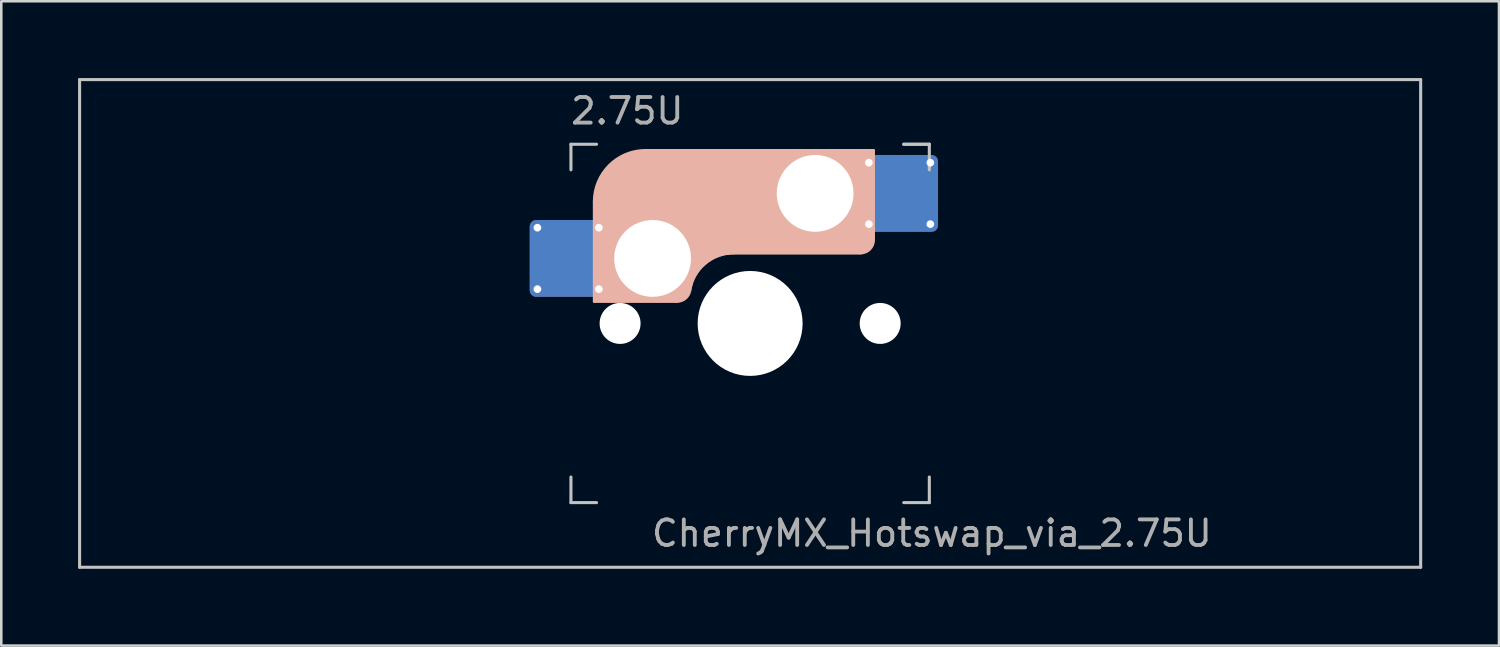
<source format=kicad_pcb>
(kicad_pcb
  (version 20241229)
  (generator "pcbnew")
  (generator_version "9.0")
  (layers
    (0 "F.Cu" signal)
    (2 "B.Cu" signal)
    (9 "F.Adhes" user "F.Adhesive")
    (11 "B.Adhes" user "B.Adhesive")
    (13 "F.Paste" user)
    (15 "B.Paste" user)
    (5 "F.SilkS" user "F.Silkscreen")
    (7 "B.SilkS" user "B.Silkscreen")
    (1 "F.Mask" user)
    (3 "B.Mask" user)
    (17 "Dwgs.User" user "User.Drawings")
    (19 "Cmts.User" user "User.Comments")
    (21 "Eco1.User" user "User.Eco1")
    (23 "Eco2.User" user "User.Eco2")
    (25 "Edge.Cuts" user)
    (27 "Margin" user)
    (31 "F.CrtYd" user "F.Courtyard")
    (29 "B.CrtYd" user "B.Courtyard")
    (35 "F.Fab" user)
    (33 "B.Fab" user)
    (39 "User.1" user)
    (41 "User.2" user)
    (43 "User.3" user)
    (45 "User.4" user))
  (footprint "CherryMX_Hotswap_via_2.75U"
    (layer "F.Cu")
    (at 26.254 9.585)
    (property "Reference" "CherryMX_Hotswap_via_2.75U" (at 7.1 8.2 0) (layer "F.Fab") (effects (font (size 1 1) (thickness 0.15))))
    (attr through_hole)
    (fp_line (start -8.11 -1.74) (end -8.11 -3.34) (stroke (width 0.12) (type solid)) (layer "B.Mask"))
    (fp_line (start -7.91 -3.54) (end -6.31 -3.54) (stroke (width 0.12) (type solid)) (layer "B.Mask"))
    (fp_line (start -6.31 -1.54) (end -7.91 -1.54) (stroke (width 0.12) (type solid)) (layer "B.Mask"))
    (fp_line (start -6.11 -3.34) (end -6.11 -1.74) (stroke (width 0.12) (type solid)) (layer "B.Mask"))
    (fp_line (start 4.84 -5.88) (end 4.84 -4.28) (stroke (width 0.12) (type solid)) (layer "B.Mask"))
    (fp_line (start 5.04 -6.08) (end 6.64 -6.08) (stroke (width 0.12) (type solid)) (layer "B.Mask"))
    (fp_line (start 5.04 -4.08) (end 6.64 -4.08) (stroke (width 0.12) (type solid)) (layer "B.Mask"))
    (fp_line (start 6.84 -4.28) (end 6.84 -5.88) (stroke (width 0.12) (type solid)) (layer "B.Mask"))
    (fp_arc (start -8.11 -3.34) (mid -8.051421 -3.481421) (end -7.91 -3.54) (stroke (width 0.12) (type solid)) (layer "B.Mask"))
    (fp_arc (start -7.91 -1.54) (mid -8.051421 -1.598579) (end -8.11 -1.74) (stroke (width 0.12) (type solid)) (layer "B.Mask"))
    (fp_arc (start -6.31 -3.54) (mid -6.168579 -3.481421) (end -6.11 -3.34) (stroke (width 0.12) (type solid)) (layer "B.Mask"))
    (fp_arc (start -6.11 -1.74) (mid -6.168579 -1.598579) (end -6.31 -1.54) (stroke (width 0.12) (type solid)) (layer "B.Mask"))
    (fp_arc (start 4.84 -5.88) (mid 4.898579 -6.021421) (end 5.04 -6.08) (stroke (width 0.12) (type solid)) (layer "B.Mask"))
    (fp_arc (start 5.04 -4.08) (mid 4.898579 -4.138579) (end 4.84 -4.28) (stroke (width 0.12) (type solid)) (layer "B.Mask"))
    (fp_arc (start 6.64 -6.08) (mid 6.781421 -6.021421) (end 6.84 -5.88) (stroke (width 0.12) (type solid)) (layer "B.Mask"))
    (fp_arc (start 6.84 -4.28) (mid 6.781421 -4.138579) (end 6.64 -4.08) (stroke (width 0.12) (type solid)) (layer "B.Mask"))
    (fp_poly (pts (xy -6.11 -3.34) (xy -6.11 -1.74) (xy -6.31 -1.54) (xy -7.91 -1.54) (xy -8.11 -1.74) (xy -8.11 -3.34) (xy -7.91 -3.54) (xy -6.31 -3.54)) (stroke (width 0.1) (type solid)) (fill yes) (layer "B.Mask"))
    (fp_poly (pts (xy 6.84 -5.88) (xy 6.84 -4.28) (xy 6.64 -4.08) (xy 5.04 -4.08) (xy 4.84 -4.28) (xy 4.84 -5.88) (xy 5.04 -6.08) (xy 6.64 -6.08)) (stroke (width 0.1) (type solid)) (fill yes) (layer "B.Mask"))
    (fp_line (start -6.085 -0.865) (end -6.085 -4.755) (stroke (width 0.12) (type solid)) (layer "B.SilkS"))
    (fp_line (start -4.085 -6.755) (end 4.815 -6.755) (stroke (width 0.12) (type solid)) (layer "B.SilkS"))
    (fp_line (start -2.852 -0.865) (end -6.085 -0.865) (stroke (width 0.12) (type solid)) (layer "B.SilkS"))
    (fp_line (start -0.635 -2.755) (end 4.315 -2.755) (stroke (width 0.12) (type solid)) (layer "B.SilkS"))
    (fp_line (start 4.815 -6.755) (end 4.815 -3.255) (stroke (width 0.12) (type solid)) (layer "B.SilkS"))
    (fp_arc (start -6.085 -4.755) (mid -5.499214 -6.169214) (end -4.085 -6.755) (stroke (width 0.12) (type solid)) (layer "B.SilkS"))
    (fp_arc (start -2.360959 -1.278326) (mid -1.770727 -2.335454) (end -0.635 -2.755) (stroke (width 0.12) (type solid)) (layer "B.SilkS"))
    (fp_arc (start -2.36 -1.278176) (mid -2.53101 -0.981978) (end -2.852404 -0.865) (stroke (width 0.12) (type solid)) (layer "B.SilkS"))
    (fp_arc (start 4.815 -3.255) (mid 4.668553 -2.901447) (end 4.315 -2.755) (stroke (width 0.12) (type solid)) (layer "B.SilkS"))
    (fp_poly (pts (xy 4.815 -3.255) (xy 4.633 -2.937) (xy 4.315 -2.755) (xy -0.635 -2.755) (xy -1.259 -2.696) (xy -1.805 -2.376) (xy -2.207 -1.885) (xy -2.361 -1.278) (xy -2.563 -1.02) (xy -2.852 -0.865) (xy -6.085 -0.865) (xy -6.085 -4.755) (xy -5.887 -5.501) (xy -5.464 -6.134) (xy -4.831 -6.557) (xy -4.085 -6.755) (xy 4.815 -6.755)) (stroke (width 0.1) (type solid)) (fill yes) (layer "B.SilkS"))
    (fp_line (start -8.11 -1.74) (end -8.11 -3.34) (stroke (width 0.12) (type solid)) (layer "B.Paste"))
    (fp_line (start -7.91 -3.54) (end -6.31 -3.54) (stroke (width 0.12) (type solid)) (layer "B.Paste"))
    (fp_line (start -6.31 -1.54) (end -7.91 -1.54) (stroke (width 0.12) (type solid)) (layer "B.Paste"))
    (fp_line (start -6.11 -3.34) (end -6.11 -1.74) (stroke (width 0.12) (type solid)) (layer "B.Paste"))
    (fp_line (start 4.84 -5.88) (end 4.84 -4.28) (stroke (width 0.12) (type solid)) (layer "B.Paste"))
    (fp_line (start 5.04 -6.08) (end 6.64 -6.08) (stroke (width 0.12) (type solid)) (layer "B.Paste"))
    (fp_line (start 5.04 -4.08) (end 6.64 -4.08) (stroke (width 0.12) (type solid)) (layer "B.Paste"))
    (fp_line (start 6.84 -4.28) (end 6.84 -5.88) (stroke (width 0.12) (type solid)) (layer "B.Paste"))
    (fp_arc (start -8.11 -3.34) (mid -8.051421 -3.481421) (end -7.91 -3.54) (stroke (width 0.12) (type solid)) (layer "B.Paste"))
    (fp_arc (start -7.91 -1.54) (mid -8.051421 -1.598579) (end -8.11 -1.74) (stroke (width 0.12) (type solid)) (layer "B.Paste"))
    (fp_arc (start -6.31 -3.54) (mid -6.168579 -3.481421) (end -6.11 -3.34) (stroke (width 0.12) (type solid)) (layer "B.Paste"))
    (fp_arc (start -6.11 -1.74) (mid -6.168579 -1.598579) (end -6.31 -1.54) (stroke (width 0.12) (type solid)) (layer "B.Paste"))
    (fp_arc (start 4.84 -5.88) (mid 4.898579 -6.021421) (end 5.04 -6.08) (stroke (width 0.12) (type solid)) (layer "B.Paste"))
    (fp_arc (start 5.04 -4.08) (mid 4.898579 -4.138579) (end 4.84 -4.28) (stroke (width 0.12) (type solid)) (layer "B.Paste"))
    (fp_arc (start 6.64 -6.08) (mid 6.781421 -6.021421) (end 6.84 -5.88) (stroke (width 0.12) (type solid)) (layer "B.Paste"))
    (fp_arc (start 6.84 -4.28) (mid 6.781421 -4.138579) (end 6.64 -4.08) (stroke (width 0.12) (type solid)) (layer "B.Paste"))
    (fp_poly (pts (xy -6.11 -3.34) (xy -6.11 -1.74) (xy -6.31 -1.54) (xy -7.91 -1.54) (xy -8.11 -1.74) (xy -8.11 -3.34) (xy -7.91 -3.54) (xy -6.31 -3.54)) (stroke (width 0.1) (type solid)) (fill yes) (layer "B.Paste"))
    (fp_poly (pts (xy 6.84 -5.88) (xy 6.84 -4.28) (xy 6.64 -4.08) (xy 5.04 -4.08) (xy 4.84 -4.28) (xy 4.84 -5.88) (xy 5.04 -6.08) (xy 6.64 -6.08)) (stroke (width 0.1) (type solid)) (fill yes) (layer "B.Paste"))
    (fp_line (start -26.194 -9.525) (end 26.194 -9.525) (stroke (width 0.12) (type solid)) (layer "Dwgs.User"))
    (fp_line (start -26.194 9.525) (end -26.194 -9.525) (stroke (width 0.12) (type solid)) (layer "Dwgs.User"))
    (fp_line (start -7 -7) (end -7 -6) (stroke (width 0.12) (type solid)) (layer "Dwgs.User"))
    (fp_line (start -7 -7) (end -6 -7) (stroke (width 0.12) (type solid)) (layer "Dwgs.User"))
    (fp_line (start -7 7) (end -7 6) (stroke (width 0.12) (type solid)) (layer "Dwgs.User"))
    (fp_line (start -7 7) (end -6 7) (stroke (width 0.12) (type solid)) (layer "Dwgs.User"))
    (fp_line (start 6 -7) (end 7 -7) (stroke (width 0.12) (type solid)) (layer "Dwgs.User"))
    (fp_line (start 7 -7) (end 6 -7) (stroke (width 0.12) (type solid)) (layer "Dwgs.User"))
    (fp_line (start 7 -7) (end 7 -6) (stroke (width 0.12) (type solid)) (layer "Dwgs.User"))
    (fp_line (start 7 7) (end 6 7) (stroke (width 0.12) (type solid)) (layer "Dwgs.User"))
    (fp_line (start 7 7) (end 7 6) (stroke (width 0.12) (type solid)) (layer "Dwgs.User"))
    (fp_line (start 26.194 -9.525) (end 26.194 9.525) (stroke (width 0.12) (type solid)) (layer "Dwgs.User"))
    (fp_line (start 26.194 9.525) (end -26.194 9.525) (stroke (width 0.12) (type solid)) (layer "Dwgs.User"))
    (fp_text user "2.75U" (at -4.8 -8.3 0) (layer "F.Fab") (effects (font (size 1 1) (thickness 0.15))))
    (pad "" np_thru_hole circle (at -5.08 0) (size 1.6 1.6) (drill 1.6) (layers "*.Cu" "*.Mask"))
    (pad "" np_thru_hole circle (at -3.81 -2.54) (size 3 3) (drill 3) (layers "*.Cu" "*.Mask"))
    (pad "" np_thru_hole circle (at 0 0) (size 4.1 4.1) (drill 4.1) (layers "*.Cu" "*.Mask"))
    (pad "" np_thru_hole circle (at 2.54 -5.08) (size 3 3) (drill 3) (layers "*.Cu" "*.Mask"))
    (pad "" np_thru_hole circle (at 5.08 0) (size 1.6 1.6) (drill 1.6) (layers "*.Cu" "*.Mask"))
    (pad "1" thru_hole circle (at -8.31 -3.74) (size 0.5 0.5) (drill 0.3) (layers "*.Cu"))
    (pad "1" thru_hole circle (at -8.31 -1.34) (size 0.5 0.5) (drill 0.3) (layers "*.Cu"))
    (pad "1" smd roundrect (at -7.11 -2.54) (size 3 3) (layers "F.Cu") (roundrect_rratio 0.083))
    (pad "1" smd roundrect (at -7.11 -2.54 180) (size 3 3) (layers "B.Cu") (roundrect_rratio 0.083))
    (pad "1" thru_hole circle (at -5.91 -3.74) (size 0.5 0.5) (drill 0.3) (layers "*.Cu"))
    (pad "1" thru_hole circle (at -5.91 -1.34) (size 0.5 0.5) (drill 0.3) (layers "*.Cu"))
    (pad "2" thru_hole circle (at 4.64 -6.28 180) (size 0.5 0.5) (drill 0.3) (layers "*.Cu"))
    (pad "2" thru_hole circle (at 4.64 -3.88 180) (size 0.5 0.5) (drill 0.3) (layers "*.Cu"))
    (pad "2" smd roundrect (at 5.84 -5.08 180) (size 3 3) (layers "F.Cu") (roundrect_rratio 0.083))
    (pad "2" smd roundrect (at 5.84 -5.08 180) (size 3 3) (layers "B.Cu") (roundrect_rratio 0.083))
    (pad "2" thru_hole circle (at 7.04 -6.28 180) (size 0.5 0.5) (drill 0.3) (layers "*.Cu"))
    (pad "2" thru_hole circle (at 7.04 -3.88 180) (size 0.5 0.5) (drill 0.3) (layers "*.Cu")))
  (gr_rect
    (start -3 -3)
    (end 55.508 22.17)
    (stroke (width 0.1) (type default))
    (fill no)
    (layer "Edge.Cuts")))
</source>
